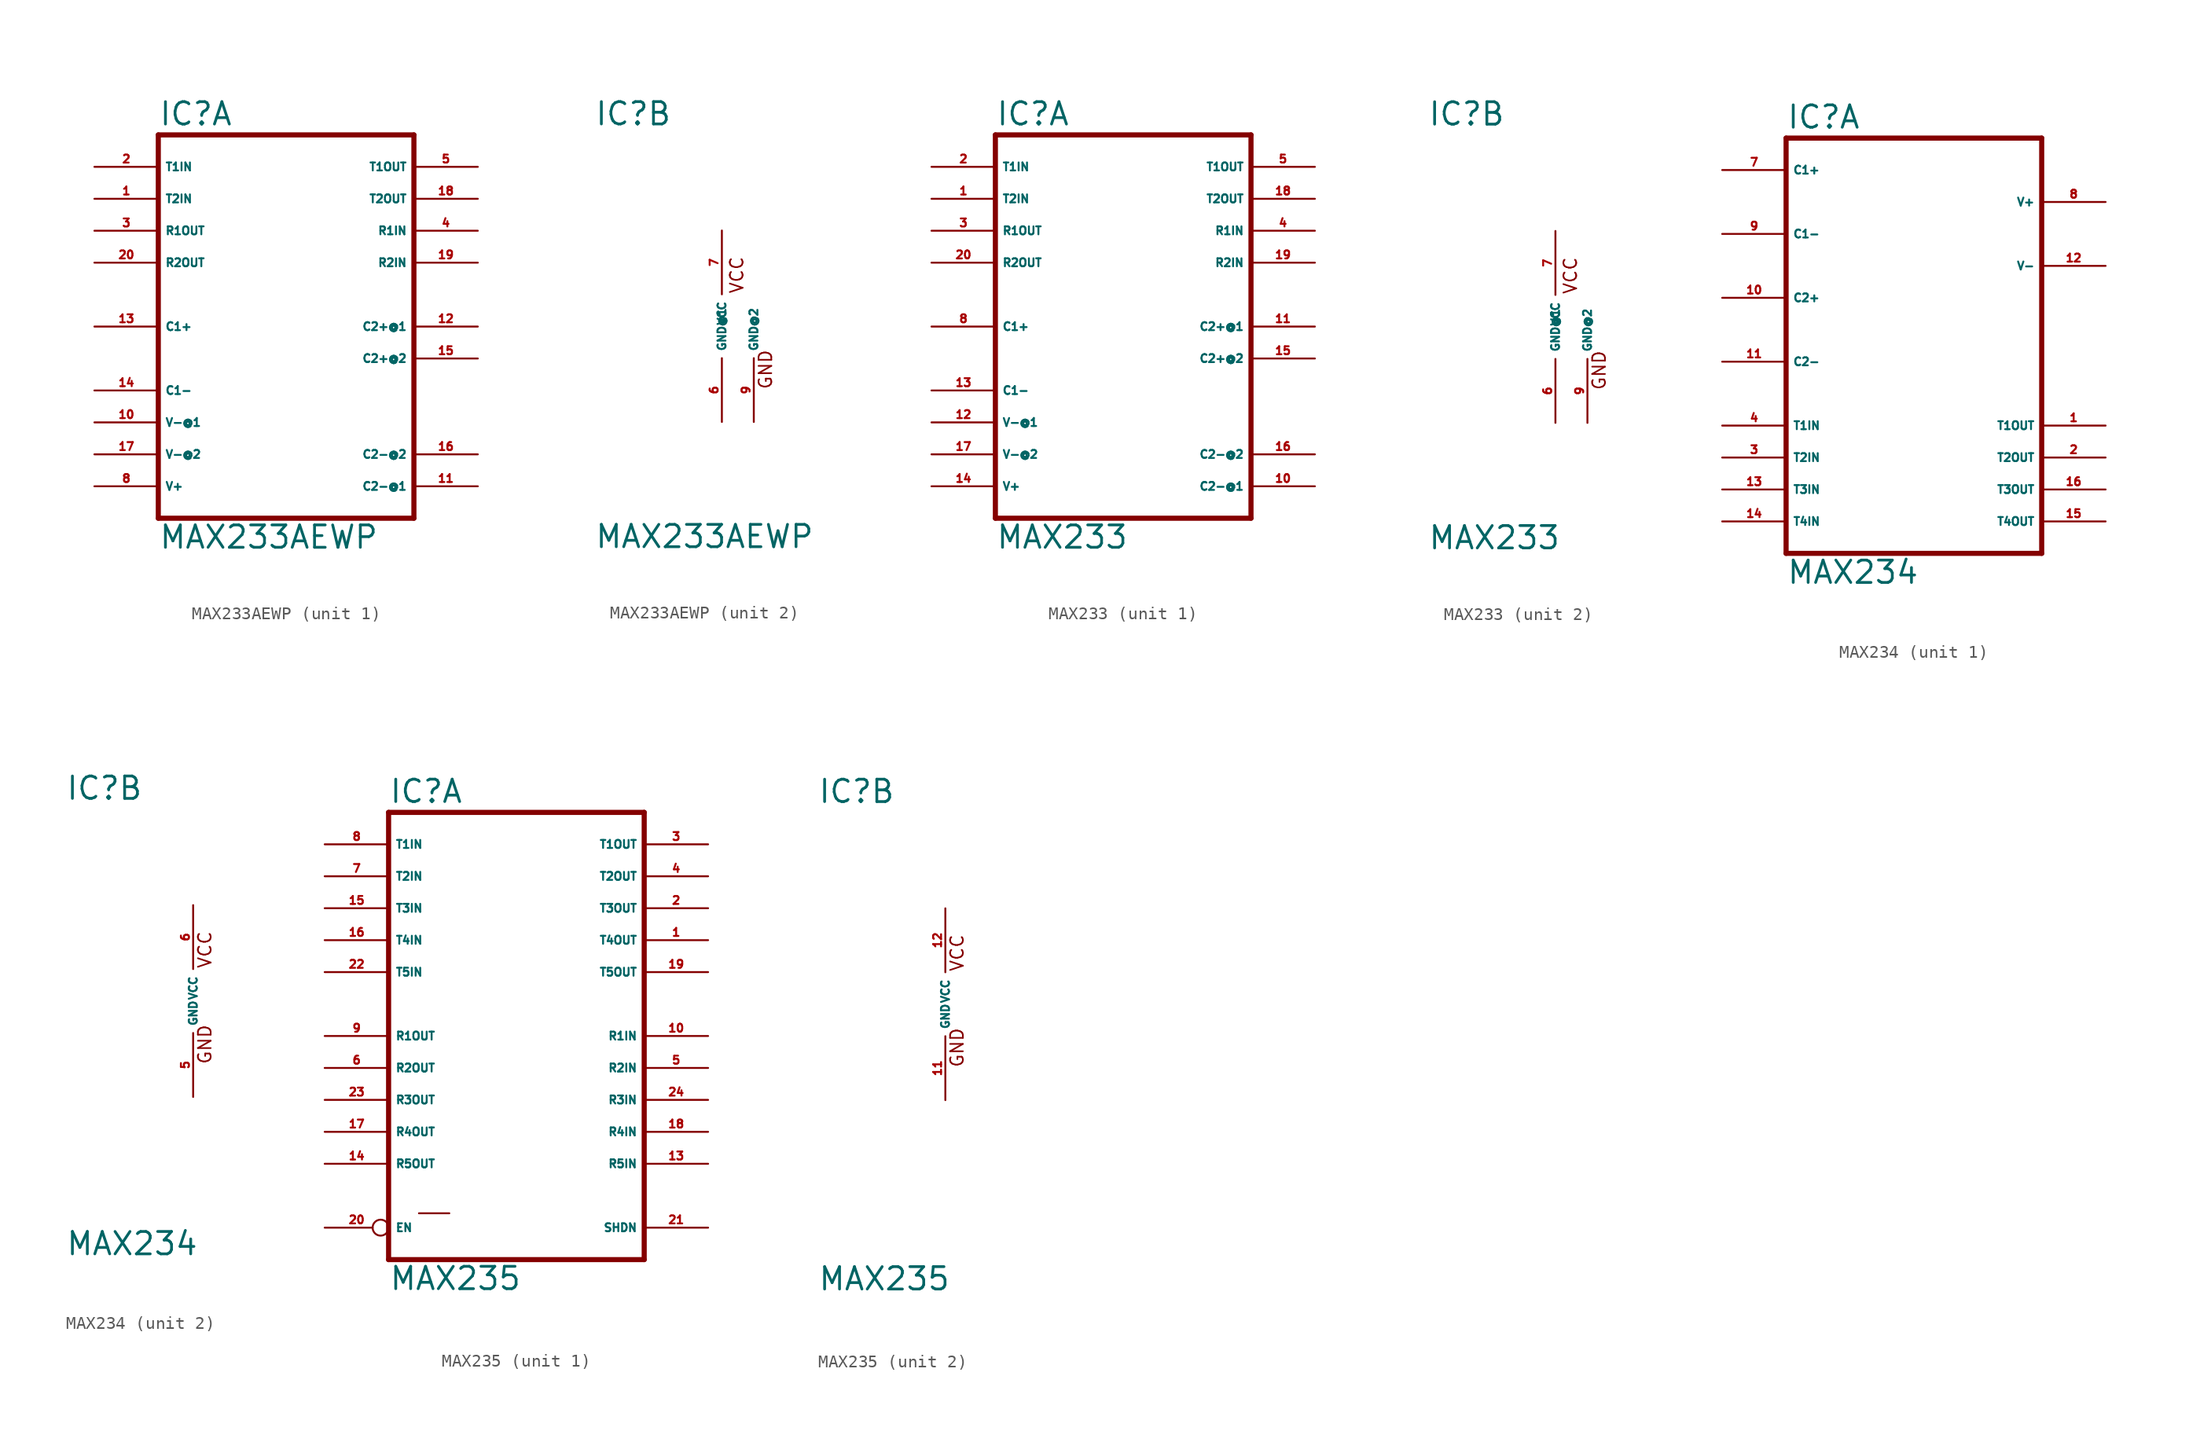
<source format=kicad_sym>
(kicad_symbol_lib
  (version 20220914)
  (generator Eagle2Kicad)
  (symbol "MAX233AEWP"
    (property "Reference" "IC"
      (at -10.16 15.875 0)
      (effects (font (size 1.778 1.778) (thickness 0.22)) (justify left bottom)))
    (property "Value" "MAX233AEWP"
      (at -10.16 -17.78 0)
      (effects (font (size 1.778 1.778) (thickness 0.22)) (justify left bottom)))
    (symbol "MAX233AEWP_1_0"
      (polyline (pts (xy -10.16 15.24) (xy 10.16 15.24)) (stroke (width 0.406) (type default)) (fill (type none)))
      (polyline (pts (xy 10.16 -15.24) (xy 10.16 15.24)) (stroke (width 0.406) (type default)) (fill (type none)))
      (polyline (pts (xy 10.16 -15.24) (xy -10.16 -15.24)) (stroke (width 0.406) (type default)) (fill (type none)))
      (polyline (pts (xy -10.16 15.24) (xy -10.16 -15.24)) (stroke (width 0.406) (type default)) (fill (type none)))
      (pin bidirectional line (at -15.24 -10.16 0) (length 5.08) (name "V-@2" (effects (font (size 0.635 0.635) (thickness 0.08)) (justify left bottom))) (number "17" (effects (font (size 0.635 0.635) (thickness 0.08)) (justify left bottom))))
      (pin bidirectional line (at -15.24 -7.62 0) (length 5.08) (name "V-@1" (effects (font (size 0.635 0.635) (thickness 0.08)) (justify left bottom))) (number "10" (effects (font (size 0.635 0.635) (thickness 0.08)) (justify left bottom))))
      (pin bidirectional line (at -15.24 -5.08 0) (length 5.08) (name "C1-" (effects (font (size 0.635 0.635) (thickness 0.08)) (justify left bottom))) (number "14" (effects (font (size 0.635 0.635) (thickness 0.08)) (justify left bottom))))
      (pin bidirectional line (at -15.24 0 0) (length 5.08) (name "C1+" (effects (font (size 0.635 0.635) (thickness 0.08)) (justify left bottom))) (number "13" (effects (font (size 0.635 0.635) (thickness 0.08)) (justify left bottom))))
      (pin input line (at -15.24 12.7 0) (length 5.08) (name "T1IN" (effects (font (size 0.635 0.635) (thickness 0.08)) (justify left bottom))) (number "2" (effects (font (size 0.635 0.635) (thickness 0.08)) (justify left bottom))))
      (pin input line (at -15.24 10.16 0) (length 5.08) (name "T2IN" (effects (font (size 0.635 0.635) (thickness 0.08)) (justify left bottom))) (number "1" (effects (font (size 0.635 0.635) (thickness 0.08)) (justify left bottom))))
      (pin output line (at -15.24 7.62 0) (length 5.08) (name "R1OUT" (effects (font (size 0.635 0.635) (thickness 0.08)) (justify left bottom))) (number "3" (effects (font (size 0.635 0.635) (thickness 0.08)) (justify left bottom))))
      (pin output line (at -15.24 5.08 0) (length 5.08) (name "R2OUT" (effects (font (size 0.635 0.635) (thickness 0.08)) (justify left bottom))) (number "20" (effects (font (size 0.635 0.635) (thickness 0.08)) (justify left bottom))))
      (pin bidirectional line (at 15.24 -2.54 180) (length 5.08) (name "C2+@2" (effects (font (size 0.635 0.635) (thickness 0.08)) (justify left bottom))) (number "15" (effects (font (size 0.635 0.635) (thickness 0.08)) (justify left bottom))))
      (pin bidirectional line (at 15.24 0 180) (length 5.08) (name "C2+@1" (effects (font (size 0.635 0.635) (thickness 0.08)) (justify left bottom))) (number "12" (effects (font (size 0.635 0.635) (thickness 0.08)) (justify left bottom))))
      (pin output line (at 15.24 12.7 180) (length 5.08) (name "T1OUT" (effects (font (size 0.635 0.635) (thickness 0.08)) (justify left bottom))) (number "5" (effects (font (size 0.635 0.635) (thickness 0.08)) (justify left bottom))))
      (pin output line (at 15.24 10.16 180) (length 5.08) (name "T2OUT" (effects (font (size 0.635 0.635) (thickness 0.08)) (justify left bottom))) (number "18" (effects (font (size 0.635 0.635) (thickness 0.08)) (justify left bottom))))
      (pin input line (at 15.24 7.62 180) (length 5.08) (name "R1IN" (effects (font (size 0.635 0.635) (thickness 0.08)) (justify left bottom))) (number "4" (effects (font (size 0.635 0.635) (thickness 0.08)) (justify left bottom))))
      (pin input line (at 15.24 5.08 180) (length 5.08) (name "R2IN" (effects (font (size 0.635 0.635) (thickness 0.08)) (justify left bottom))) (number "19" (effects (font (size 0.635 0.635) (thickness 0.08)) (justify left bottom))))
      (pin bidirectional line (at -15.24 -12.7 0) (length 5.08) (name "V+" (effects (font (size 0.635 0.635) (thickness 0.08)) (justify left bottom))) (number "8" (effects (font (size 0.635 0.635) (thickness 0.08)) (justify left bottom))))
      (pin bidirectional line (at 15.24 -10.16 180) (length 5.08) (name "C2-@2" (effects (font (size 0.635 0.635) (thickness 0.08)) (justify left bottom))) (number "16" (effects (font (size 0.635 0.635) (thickness 0.08)) (justify left bottom))))
      (pin bidirectional line (at 15.24 -12.7 180) (length 5.08) (name "C2-@1" (effects (font (size 0.635 0.635) (thickness 0.08)) (justify left bottom))) (number "11" (effects (font (size 0.635 0.635) (thickness 0.08)) (justify left bottom)))))
    (symbol "MAX233AEWP_2_0"
      (text "VCC" (at 1.778 2.54 900) (effects (font (size 1.016 1.016) (thickness 0.13)) (justify left bottom)))
      (text "GND" (at 4.064 -5.08 900) (effects (font (size 1.016 1.016) (thickness 0.13)) (justify left bottom)))
      (pin unspecified line (at 0 -7.62 90) (length 5.08) (name "GND@1" (effects (font (size 0.635 0.635) (thickness 0.08)) (justify left bottom))) (number "6" (effects (font (size 0.635 0.635) (thickness 0.08)) (justify left bottom))))
      (pin unspecified line (at 2.54 -7.62 90) (length 5.08) (name "GND@2" (effects (font (size 0.635 0.635) (thickness 0.08)) (justify left bottom))) (number "9" (effects (font (size 0.635 0.635) (thickness 0.08)) (justify left bottom))))
      (pin unspecified line (at 0 7.62 270) (length 5.08) (name "VCC" (effects (font (size 0.635 0.635) (thickness 0.08)) (justify left bottom))) (number "7" (effects (font (size 0.635 0.635) (thickness 0.08)) (justify left bottom))))))
  (symbol "MAX233"
    (property "Reference" "IC"
      (at -10.16 15.875 0)
      (effects (font (size 1.778 1.778) (thickness 0.22)) (justify left bottom)))
    (property "Value" "MAX233"
      (at -10.16 -17.78 0)
      (effects (font (size 1.778 1.778) (thickness 0.22)) (justify left bottom)))
    (symbol "MAX233_1_0"
      (polyline (pts (xy -10.16 15.24) (xy 10.16 15.24)) (stroke (width 0.406) (type default)) (fill (type none)))
      (polyline (pts (xy 10.16 -15.24) (xy 10.16 15.24)) (stroke (width 0.406) (type default)) (fill (type none)))
      (polyline (pts (xy 10.16 -15.24) (xy -10.16 -15.24)) (stroke (width 0.406) (type default)) (fill (type none)))
      (polyline (pts (xy -10.16 15.24) (xy -10.16 -15.24)) (stroke (width 0.406) (type default)) (fill (type none)))
      (pin bidirectional line (at -15.24 -10.16 0) (length 5.08) (name "V-@2" (effects (font (size 0.635 0.635) (thickness 0.08)) (justify left bottom))) (number "17" (effects (font (size 0.635 0.635) (thickness 0.08)) (justify left bottom))))
      (pin bidirectional line (at -15.24 -7.62 0) (length 5.08) (name "V-@1" (effects (font (size 0.635 0.635) (thickness 0.08)) (justify left bottom))) (number "12" (effects (font (size 0.635 0.635) (thickness 0.08)) (justify left bottom))))
      (pin bidirectional line (at -15.24 -5.08 0) (length 5.08) (name "C1-" (effects (font (size 0.635 0.635) (thickness 0.08)) (justify left bottom))) (number "13" (effects (font (size 0.635 0.635) (thickness 0.08)) (justify left bottom))))
      (pin bidirectional line (at -15.24 0 0) (length 5.08) (name "C1+" (effects (font (size 0.635 0.635) (thickness 0.08)) (justify left bottom))) (number "8" (effects (font (size 0.635 0.635) (thickness 0.08)) (justify left bottom))))
      (pin input line (at -15.24 12.7 0) (length 5.08) (name "T1IN" (effects (font (size 0.635 0.635) (thickness 0.08)) (justify left bottom))) (number "2" (effects (font (size 0.635 0.635) (thickness 0.08)) (justify left bottom))))
      (pin input line (at -15.24 10.16 0) (length 5.08) (name "T2IN" (effects (font (size 0.635 0.635) (thickness 0.08)) (justify left bottom))) (number "1" (effects (font (size 0.635 0.635) (thickness 0.08)) (justify left bottom))))
      (pin output line (at -15.24 7.62 0) (length 5.08) (name "R1OUT" (effects (font (size 0.635 0.635) (thickness 0.08)) (justify left bottom))) (number "3" (effects (font (size 0.635 0.635) (thickness 0.08)) (justify left bottom))))
      (pin output line (at -15.24 5.08 0) (length 5.08) (name "R2OUT" (effects (font (size 0.635 0.635) (thickness 0.08)) (justify left bottom))) (number "20" (effects (font (size 0.635 0.635) (thickness 0.08)) (justify left bottom))))
      (pin bidirectional line (at 15.24 -2.54 180) (length 5.08) (name "C2+@2" (effects (font (size 0.635 0.635) (thickness 0.08)) (justify left bottom))) (number "15" (effects (font (size 0.635 0.635) (thickness 0.08)) (justify left bottom))))
      (pin bidirectional line (at 15.24 0 180) (length 5.08) (name "C2+@1" (effects (font (size 0.635 0.635) (thickness 0.08)) (justify left bottom))) (number "11" (effects (font (size 0.635 0.635) (thickness 0.08)) (justify left bottom))))
      (pin output line (at 15.24 12.7 180) (length 5.08) (name "T1OUT" (effects (font (size 0.635 0.635) (thickness 0.08)) (justify left bottom))) (number "5" (effects (font (size 0.635 0.635) (thickness 0.08)) (justify left bottom))))
      (pin output line (at 15.24 10.16 180) (length 5.08) (name "T2OUT" (effects (font (size 0.635 0.635) (thickness 0.08)) (justify left bottom))) (number "18" (effects (font (size 0.635 0.635) (thickness 0.08)) (justify left bottom))))
      (pin input line (at 15.24 7.62 180) (length 5.08) (name "R1IN" (effects (font (size 0.635 0.635) (thickness 0.08)) (justify left bottom))) (number "4" (effects (font (size 0.635 0.635) (thickness 0.08)) (justify left bottom))))
      (pin input line (at 15.24 5.08 180) (length 5.08) (name "R2IN" (effects (font (size 0.635 0.635) (thickness 0.08)) (justify left bottom))) (number "19" (effects (font (size 0.635 0.635) (thickness 0.08)) (justify left bottom))))
      (pin bidirectional line (at -15.24 -12.7 0) (length 5.08) (name "V+" (effects (font (size 0.635 0.635) (thickness 0.08)) (justify left bottom))) (number "14" (effects (font (size 0.635 0.635) (thickness 0.08)) (justify left bottom))))
      (pin bidirectional line (at 15.24 -10.16 180) (length 5.08) (name "C2-@2" (effects (font (size 0.635 0.635) (thickness 0.08)) (justify left bottom))) (number "16" (effects (font (size 0.635 0.635) (thickness 0.08)) (justify left bottom))))
      (pin bidirectional line (at 15.24 -12.7 180) (length 5.08) (name "C2-@1" (effects (font (size 0.635 0.635) (thickness 0.08)) (justify left bottom))) (number "10" (effects (font (size 0.635 0.635) (thickness 0.08)) (justify left bottom)))))
    (symbol "MAX233_2_0"
      (text "VCC" (at 1.778 2.54 900) (effects (font (size 1.016 1.016) (thickness 0.13)) (justify left bottom)))
      (text "GND" (at 4.064 -5.08 900) (effects (font (size 1.016 1.016) (thickness 0.13)) (justify left bottom)))
      (pin unspecified line (at 0 -7.62 90) (length 5.08) (name "GND@1" (effects (font (size 0.635 0.635) (thickness 0.08)) (justify left bottom))) (number "6" (effects (font (size 0.635 0.635) (thickness 0.08)) (justify left bottom))))
      (pin unspecified line (at 2.54 -7.62 90) (length 5.08) (name "GND@2" (effects (font (size 0.635 0.635) (thickness 0.08)) (justify left bottom))) (number "9" (effects (font (size 0.635 0.635) (thickness 0.08)) (justify left bottom))))
      (pin unspecified line (at 0 7.62 270) (length 5.08) (name "VCC" (effects (font (size 0.635 0.635) (thickness 0.08)) (justify left bottom))) (number "7" (effects (font (size 0.635 0.635) (thickness 0.08)) (justify left bottom))))))
  (symbol "MAX234"
    (property "Reference" "IC"
      (at -10.16 15.875 0)
      (effects (font (size 1.778 1.778) (thickness 0.22)) (justify left bottom)))
    (property "Value" "MAX234"
      (at -10.16 -20.32 0)
      (effects (font (size 1.778 1.778) (thickness 0.22)) (justify left bottom)))
    (symbol "MAX234_1_0"
      (polyline (pts (xy -10.16 15.24) (xy 10.16 15.24)) (stroke (width 0.406) (type default)) (fill (type none)))
      (polyline (pts (xy 10.16 -17.78) (xy 10.16 15.24)) (stroke (width 0.406) (type default)) (fill (type none)))
      (polyline (pts (xy 10.16 -17.78) (xy -10.16 -17.78)) (stroke (width 0.406) (type default)) (fill (type none)))
      (polyline (pts (xy -10.16 15.24) (xy -10.16 -17.78)) (stroke (width 0.406) (type default)) (fill (type none)))
      (pin bidirectional line (at -15.24 12.7 0) (length 5.08) (name "C1+" (effects (font (size 0.635 0.635) (thickness 0.08)) (justify left bottom))) (number "7" (effects (font (size 0.635 0.635) (thickness 0.08)) (justify left bottom))))
      (pin bidirectional line (at -15.24 7.62 0) (length 5.08) (name "C1-" (effects (font (size 0.635 0.635) (thickness 0.08)) (justify left bottom))) (number "9" (effects (font (size 0.635 0.635) (thickness 0.08)) (justify left bottom))))
      (pin bidirectional line (at -15.24 2.54 0) (length 5.08) (name "C2+" (effects (font (size 0.635 0.635) (thickness 0.08)) (justify left bottom))) (number "10" (effects (font (size 0.635 0.635) (thickness 0.08)) (justify left bottom))))
      (pin bidirectional line (at -15.24 -2.54 0) (length 5.08) (name "C2-" (effects (font (size 0.635 0.635) (thickness 0.08)) (justify left bottom))) (number "11" (effects (font (size 0.635 0.635) (thickness 0.08)) (justify left bottom))))
      (pin input line (at -15.24 -7.62 0) (length 5.08) (name "T1IN" (effects (font (size 0.635 0.635) (thickness 0.08)) (justify left bottom))) (number "4" (effects (font (size 0.635 0.635) (thickness 0.08)) (justify left bottom))))
      (pin input line (at -15.24 -10.16 0) (length 5.08) (name "T2IN" (effects (font (size 0.635 0.635) (thickness 0.08)) (justify left bottom))) (number "3" (effects (font (size 0.635 0.635) (thickness 0.08)) (justify left bottom))))
      (pin input line (at -15.24 -12.7 0) (length 5.08) (name "T3IN" (effects (font (size 0.635 0.635) (thickness 0.08)) (justify left bottom))) (number "13" (effects (font (size 0.635 0.635) (thickness 0.08)) (justify left bottom))))
      (pin input line (at -15.24 -15.24 0) (length 5.08) (name "T4IN" (effects (font (size 0.635 0.635) (thickness 0.08)) (justify left bottom))) (number "14" (effects (font (size 0.635 0.635) (thickness 0.08)) (justify left bottom))))
      (pin bidirectional line (at 15.24 10.16 180) (length 5.08) (name "V+" (effects (font (size 0.635 0.635) (thickness 0.08)) (justify left bottom))) (number "8" (effects (font (size 0.635 0.635) (thickness 0.08)) (justify left bottom))))
      (pin bidirectional line (at 15.24 5.08 180) (length 5.08) (name "V-" (effects (font (size 0.635 0.635) (thickness 0.08)) (justify left bottom))) (number "12" (effects (font (size 0.635 0.635) (thickness 0.08)) (justify left bottom))))
      (pin output line (at 15.24 -7.62 180) (length 5.08) (name "T1OUT" (effects (font (size 0.635 0.635) (thickness 0.08)) (justify left bottom))) (number "1" (effects (font (size 0.635 0.635) (thickness 0.08)) (justify left bottom))))
      (pin output line (at 15.24 -10.16 180) (length 5.08) (name "T2OUT" (effects (font (size 0.635 0.635) (thickness 0.08)) (justify left bottom))) (number "2" (effects (font (size 0.635 0.635) (thickness 0.08)) (justify left bottom))))
      (pin output line (at 15.24 -12.7 180) (length 5.08) (name "T3OUT" (effects (font (size 0.635 0.635) (thickness 0.08)) (justify left bottom))) (number "16" (effects (font (size 0.635 0.635) (thickness 0.08)) (justify left bottom))))
      (pin output line (at 15.24 -15.24 180) (length 5.08) (name "T4OUT" (effects (font (size 0.635 0.635) (thickness 0.08)) (justify left bottom))) (number "15" (effects (font (size 0.635 0.635) (thickness 0.08)) (justify left bottom)))))
    (symbol "MAX234_2_0"
      (text "GND" (at 1.524 -5.08 900) (effects (font (size 1.016 1.016) (thickness 0.13)) (justify left bottom)))
      (text "VCC" (at 1.524 2.54 900) (effects (font (size 1.016 1.016) (thickness 0.13)) (justify left bottom)))
      (pin unspecified line (at 0 7.62 270) (length 5.08) (name "VCC" (effects (font (size 0.635 0.635) (thickness 0.08)) (justify left bottom))) (number "6" (effects (font (size 0.635 0.635) (thickness 0.08)) (justify left bottom))))
      (pin unspecified line (at 0 -7.62 90) (length 5.08) (name "GND" (effects (font (size 0.635 0.635) (thickness 0.08)) (justify left bottom))) (number "5" (effects (font (size 0.635 0.635) (thickness 0.08)) (justify left bottom))))))
  (symbol "MAX235"
    (property "Reference" "IC"
      (at -10.16 15.875 0)
      (effects (font (size 1.778 1.778) (thickness 0.22)) (justify left bottom)))
    (property "Value" "MAX235"
      (at -10.16 -22.86 0)
      (effects (font (size 1.778 1.778) (thickness 0.22)) (justify left bottom)))
    (symbol "MAX235_1_0"
      (polyline (pts (xy -10.16 15.24) (xy 10.16 15.24)) (stroke (width 0.406) (type default)) (fill (type none)))
      (polyline (pts (xy 10.16 -20.32) (xy 10.16 15.24)) (stroke (width 0.406) (type default)) (fill (type none)))
      (polyline (pts (xy 10.16 -20.32) (xy -10.16 -20.32)) (stroke (width 0.406) (type default)) (fill (type none)))
      (polyline (pts (xy -10.16 15.24) (xy -10.16 -20.32)) (stroke (width 0.406) (type default)) (fill (type none)))
      (polyline (pts (xy -7.747 -16.637) (xy -5.334 -16.637)) (stroke (width 0.152) (type default)) (fill (type none)))
      (pin passive inverted (at -15.24 -17.78 0) (length 5.08) (name "EN" (effects (font (size 0.635 0.635) (thickness 0.08)) (justify left bottom))) (number "20" (effects (font (size 0.635 0.635) (thickness 0.08)) (justify left bottom))))
      (pin input line (at -15.24 2.54 0) (length 5.08) (name "T5IN" (effects (font (size 0.635 0.635) (thickness 0.08)) (justify left bottom))) (number "22" (effects (font (size 0.635 0.635) (thickness 0.08)) (justify left bottom))))
      (pin output line (at -15.24 -2.54 0) (length 5.08) (name "R1OUT" (effects (font (size 0.635 0.635) (thickness 0.08)) (justify left bottom))) (number "9" (effects (font (size 0.635 0.635) (thickness 0.08)) (justify left bottom))))
      (pin output line (at -15.24 -5.08 0) (length 5.08) (name "R2OUT" (effects (font (size 0.635 0.635) (thickness 0.08)) (justify left bottom))) (number "6" (effects (font (size 0.635 0.635) (thickness 0.08)) (justify left bottom))))
      (pin input line (at -15.24 12.7 0) (length 5.08) (name "T1IN" (effects (font (size 0.635 0.635) (thickness 0.08)) (justify left bottom))) (number "8" (effects (font (size 0.635 0.635) (thickness 0.08)) (justify left bottom))))
      (pin input line (at -15.24 10.16 0) (length 5.08) (name "T2IN" (effects (font (size 0.635 0.635) (thickness 0.08)) (justify left bottom))) (number "7" (effects (font (size 0.635 0.635) (thickness 0.08)) (justify left bottom))))
      (pin input line (at -15.24 7.62 0) (length 5.08) (name "T3IN" (effects (font (size 0.635 0.635) (thickness 0.08)) (justify left bottom))) (number "15" (effects (font (size 0.635 0.635) (thickness 0.08)) (justify left bottom))))
      (pin input line (at -15.24 5.08 0) (length 5.08) (name "T4IN" (effects (font (size 0.635 0.635) (thickness 0.08)) (justify left bottom))) (number "16" (effects (font (size 0.635 0.635) (thickness 0.08)) (justify left bottom))))
      (pin input line (at 15.24 -7.62 180) (length 5.08) (name "R3IN" (effects (font (size 0.635 0.635) (thickness 0.08)) (justify left bottom))) (number "24" (effects (font (size 0.635 0.635) (thickness 0.08)) (justify left bottom))))
      (pin output line (at 15.24 2.54 180) (length 5.08) (name "T5OUT" (effects (font (size 0.635 0.635) (thickness 0.08)) (justify left bottom))) (number "19" (effects (font (size 0.635 0.635) (thickness 0.08)) (justify left bottom))))
      (pin output line (at 15.24 12.7 180) (length 5.08) (name "T1OUT" (effects (font (size 0.635 0.635) (thickness 0.08)) (justify left bottom))) (number "3" (effects (font (size 0.635 0.635) (thickness 0.08)) (justify left bottom))))
      (pin output line (at 15.24 10.16 180) (length 5.08) (name "T2OUT" (effects (font (size 0.635 0.635) (thickness 0.08)) (justify left bottom))) (number "4" (effects (font (size 0.635 0.635) (thickness 0.08)) (justify left bottom))))
      (pin output line (at 15.24 7.62 180) (length 5.08) (name "T3OUT" (effects (font (size 0.635 0.635) (thickness 0.08)) (justify left bottom))) (number "2" (effects (font (size 0.635 0.635) (thickness 0.08)) (justify left bottom))))
      (pin output line (at 15.24 5.08 180) (length 5.08) (name "T4OUT" (effects (font (size 0.635 0.635) (thickness 0.08)) (justify left bottom))) (number "1" (effects (font (size 0.635 0.635) (thickness 0.08)) (justify left bottom))))
      (pin output line (at -15.24 -12.7 0) (length 5.08) (name "R5OUT" (effects (font (size 0.635 0.635) (thickness 0.08)) (justify left bottom))) (number "14" (effects (font (size 0.635 0.635) (thickness 0.08)) (justify left bottom))))
      (pin output line (at -15.24 -10.16 0) (length 5.08) (name "R4OUT" (effects (font (size 0.635 0.635) (thickness 0.08)) (justify left bottom))) (number "17" (effects (font (size 0.635 0.635) (thickness 0.08)) (justify left bottom))))
      (pin output line (at -15.24 -7.62 0) (length 5.08) (name "R3OUT" (effects (font (size 0.635 0.635) (thickness 0.08)) (justify left bottom))) (number "23" (effects (font (size 0.635 0.635) (thickness 0.08)) (justify left bottom))))
      (pin input line (at 15.24 -5.08 180) (length 5.08) (name "R2IN" (effects (font (size 0.635 0.635) (thickness 0.08)) (justify left bottom))) (number "5" (effects (font (size 0.635 0.635) (thickness 0.08)) (justify left bottom))))
      (pin input line (at 15.24 -2.54 180) (length 5.08) (name "R1IN" (effects (font (size 0.635 0.635) (thickness 0.08)) (justify left bottom))) (number "10" (effects (font (size 0.635 0.635) (thickness 0.08)) (justify left bottom))))
      (pin passive line (at 15.24 -17.78 180) (length 5.08) (name "SHDN" (effects (font (size 0.635 0.635) (thickness 0.08)) (justify left bottom))) (number "21" (effects (font (size 0.635 0.635) (thickness 0.08)) (justify left bottom))))
      (pin input line (at 15.24 -12.7 180) (length 5.08) (name "R5IN" (effects (font (size 0.635 0.635) (thickness 0.08)) (justify left bottom))) (number "13" (effects (font (size 0.635 0.635) (thickness 0.08)) (justify left bottom))))
      (pin input line (at 15.24 -10.16 180) (length 5.08) (name "R4IN" (effects (font (size 0.635 0.635) (thickness 0.08)) (justify left bottom))) (number "18" (effects (font (size 0.635 0.635) (thickness 0.08)) (justify left bottom)))))
    (symbol "MAX235_2_0"
      (text "GND" (at 1.524 -5.08 900) (effects (font (size 1.016 1.016) (thickness 0.13)) (justify left bottom)))
      (text "VCC" (at 1.524 2.54 900) (effects (font (size 1.016 1.016) (thickness 0.13)) (justify left bottom)))
      (pin unspecified line (at 0 7.62 270) (length 5.08) (name "VCC" (effects (font (size 0.635 0.635) (thickness 0.08)) (justify left bottom))) (number "12" (effects (font (size 0.635 0.635) (thickness 0.08)) (justify left bottom))))
      (pin unspecified line (at 0 -7.62 90) (length 5.08) (name "GND" (effects (font (size 0.635 0.635) (thickness 0.08)) (justify left bottom))) (number "11" (effects (font (size 0.635 0.635) (thickness 0.08)) (justify left bottom)))))))
</source>
